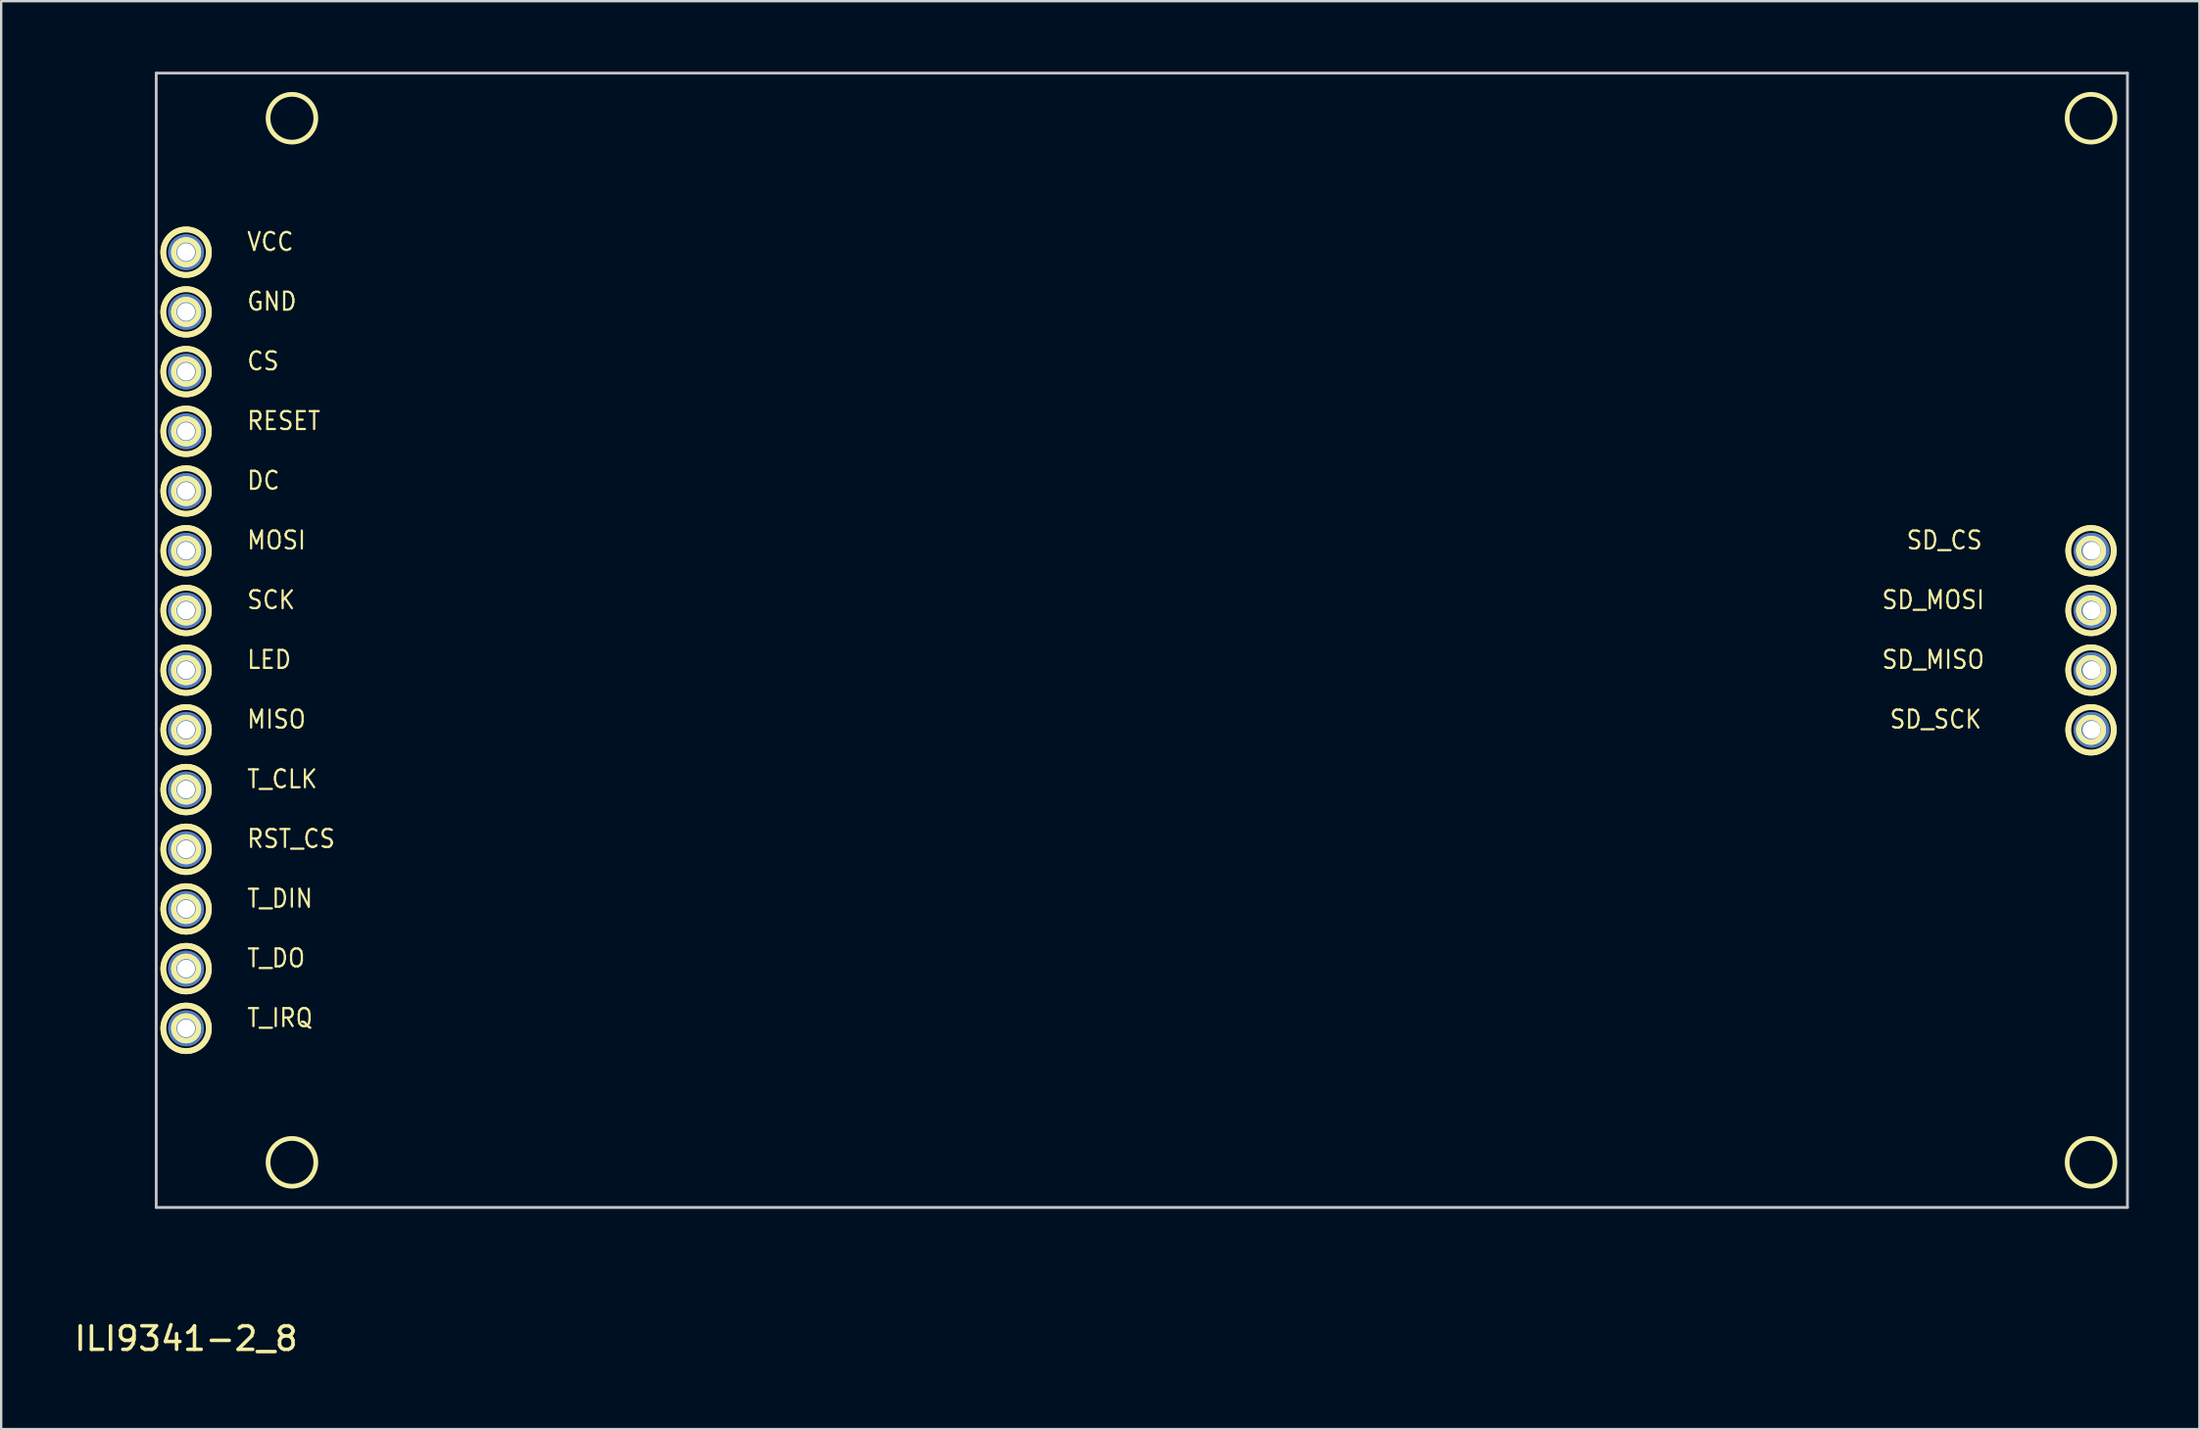
<source format=kicad_pcb>
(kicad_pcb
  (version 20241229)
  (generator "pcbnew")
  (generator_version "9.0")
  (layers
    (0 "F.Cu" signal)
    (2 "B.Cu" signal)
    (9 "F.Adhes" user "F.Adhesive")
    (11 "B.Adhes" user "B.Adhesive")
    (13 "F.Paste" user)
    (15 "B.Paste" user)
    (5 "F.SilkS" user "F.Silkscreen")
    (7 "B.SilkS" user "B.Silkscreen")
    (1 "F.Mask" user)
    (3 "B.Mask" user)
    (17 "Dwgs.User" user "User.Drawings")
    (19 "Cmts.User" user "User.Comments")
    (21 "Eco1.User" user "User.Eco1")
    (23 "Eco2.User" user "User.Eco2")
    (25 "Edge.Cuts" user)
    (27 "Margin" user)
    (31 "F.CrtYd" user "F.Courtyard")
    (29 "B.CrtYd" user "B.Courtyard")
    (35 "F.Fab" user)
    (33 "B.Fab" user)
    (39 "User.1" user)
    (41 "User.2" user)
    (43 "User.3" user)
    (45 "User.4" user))
  (footprint "ILI9341-2_8"
    (layer "F.Cu")
    (at 4.863 53.4)
    (property "Reference" "ILI9341-2_8" (at 0 0.5 0) (layer "F.SilkS") (effects (font (size 1 1) (thickness 0.15))))
    (attr through_hole)
    (fp_circle (center 0 -45.72) (end 0.51 -45.72) (stroke (width 0.2) (type solid)) (fill no) (layer "F.SilkS"))
    (fp_circle (center 0 -45.72) (end 0.538 -45.72) (stroke (width 0.2) (type solid)) (fill no) (layer "F.SilkS"))
    (fp_circle (center 0 -45.72) (end 0.538 -45.72) (stroke (width 0.2) (type solid)) (fill no) (layer "F.SilkS"))
    (fp_circle (center 0 -45.72) (end 0.94 -45.72) (stroke (width 0.2) (type solid)) (fill no) (layer "F.SilkS"))
    (fp_circle (center 0 -45.72) (end 0.991 -45.72) (stroke (width 0.2) (type solid)) (fill no) (layer "F.SilkS"))
    (fp_circle (center 0 -45.72) (end 0.991 -45.72) (stroke (width 0.2) (type solid)) (fill no) (layer "F.SilkS"))
    (fp_circle (center 0 -43.18) (end 0.51 -43.18) (stroke (width 0.2) (type solid)) (fill no) (layer "F.SilkS"))
    (fp_circle (center 0 -43.18) (end 0.538 -43.18) (stroke (width 0.2) (type solid)) (fill no) (layer "F.SilkS"))
    (fp_circle (center 0 -43.18) (end 0.538 -43.18) (stroke (width 0.2) (type solid)) (fill no) (layer "F.SilkS"))
    (fp_circle (center 0 -43.18) (end 0.94 -43.18) (stroke (width 0.2) (type solid)) (fill no) (layer "F.SilkS"))
    (fp_circle (center 0 -43.18) (end 0.991 -43.18) (stroke (width 0.2) (type solid)) (fill no) (layer "F.SilkS"))
    (fp_circle (center 0 -43.18) (end 0.991 -43.18) (stroke (width 0.2) (type solid)) (fill no) (layer "F.SilkS"))
    (fp_circle (center 0 -40.64) (end 0.51 -40.64) (stroke (width 0.2) (type solid)) (fill no) (layer "F.SilkS"))
    (fp_circle (center 0 -40.64) (end 0.538 -40.64) (stroke (width 0.2) (type solid)) (fill no) (layer "F.SilkS"))
    (fp_circle (center 0 -40.64) (end 0.538 -40.64) (stroke (width 0.2) (type solid)) (fill no) (layer "F.SilkS"))
    (fp_circle (center 0 -40.64) (end 0.94 -40.64) (stroke (width 0.2) (type solid)) (fill no) (layer "F.SilkS"))
    (fp_circle (center 0 -40.64) (end 0.991 -40.64) (stroke (width 0.2) (type solid)) (fill no) (layer "F.SilkS"))
    (fp_circle (center 0 -40.64) (end 0.991 -40.64) (stroke (width 0.2) (type solid)) (fill no) (layer "F.SilkS"))
    (fp_circle (center 0 -38.1) (end 0.51 -38.1) (stroke (width 0.2) (type solid)) (fill no) (layer "F.SilkS"))
    (fp_circle (center 0 -38.1) (end 0.538 -38.1) (stroke (width 0.2) (type solid)) (fill no) (layer "F.SilkS"))
    (fp_circle (center 0 -38.1) (end 0.538 -38.1) (stroke (width 0.2) (type solid)) (fill no) (layer "F.SilkS"))
    (fp_circle (center 0 -38.1) (end 0.94 -38.1) (stroke (width 0.2) (type solid)) (fill no) (layer "F.SilkS"))
    (fp_circle (center 0 -38.1) (end 0.991 -38.1) (stroke (width 0.2) (type solid)) (fill no) (layer "F.SilkS"))
    (fp_circle (center 0 -38.1) (end 0.991 -38.1) (stroke (width 0.2) (type solid)) (fill no) (layer "F.SilkS"))
    (fp_circle (center 0 -35.56) (end 0.51 -35.56) (stroke (width 0.2) (type solid)) (fill no) (layer "F.SilkS"))
    (fp_circle (center 0 -35.56) (end 0.538 -35.56) (stroke (width 0.2) (type solid)) (fill no) (layer "F.SilkS"))
    (fp_circle (center 0 -35.56) (end 0.538 -35.56) (stroke (width 0.2) (type solid)) (fill no) (layer "F.SilkS"))
    (fp_circle (center 0 -35.56) (end 0.94 -35.56) (stroke (width 0.2) (type solid)) (fill no) (layer "F.SilkS"))
    (fp_circle (center 0 -35.56) (end 0.991 -35.56) (stroke (width 0.2) (type solid)) (fill no) (layer "F.SilkS"))
    (fp_circle (center 0 -35.56) (end 0.991 -35.56) (stroke (width 0.2) (type solid)) (fill no) (layer "F.SilkS"))
    (fp_circle (center 0 -33.02) (end 0.51 -33.02) (stroke (width 0.2) (type solid)) (fill no) (layer "F.SilkS"))
    (fp_circle (center 0 -33.02) (end 0.538 -33.02) (stroke (width 0.2) (type solid)) (fill no) (layer "F.SilkS"))
    (fp_circle (center 0 -33.02) (end 0.538 -33.02) (stroke (width 0.2) (type solid)) (fill no) (layer "F.SilkS"))
    (fp_circle (center 0 -33.02) (end 0.94 -33.02) (stroke (width 0.2) (type solid)) (fill no) (layer "F.SilkS"))
    (fp_circle (center 0 -33.02) (end 0.991 -33.02) (stroke (width 0.2) (type solid)) (fill no) (layer "F.SilkS"))
    (fp_circle (center 0 -33.02) (end 0.991 -33.02) (stroke (width 0.2) (type solid)) (fill no) (layer "F.SilkS"))
    (fp_circle (center 0 -30.48) (end 0.51 -30.48) (stroke (width 0.2) (type solid)) (fill no) (layer "F.SilkS"))
    (fp_circle (center 0 -30.48) (end 0.538 -30.48) (stroke (width 0.2) (type solid)) (fill no) (layer "F.SilkS"))
    (fp_circle (center 0 -30.48) (end 0.538 -30.48) (stroke (width 0.2) (type solid)) (fill no) (layer "F.SilkS"))
    (fp_circle (center 0 -30.48) (end 0.94 -30.48) (stroke (width 0.2) (type solid)) (fill no) (layer "F.SilkS"))
    (fp_circle (center 0 -30.48) (end 0.991 -30.48) (stroke (width 0.2) (type solid)) (fill no) (layer "F.SilkS"))
    (fp_circle (center 0 -30.48) (end 0.991 -30.48) (stroke (width 0.2) (type solid)) (fill no) (layer "F.SilkS"))
    (fp_circle (center 0 -27.94) (end 0.51 -27.94) (stroke (width 0.2) (type solid)) (fill no) (layer "F.SilkS"))
    (fp_circle (center 0 -27.94) (end 0.538 -27.94) (stroke (width 0.2) (type solid)) (fill no) (layer "F.SilkS"))
    (fp_circle (center 0 -27.94) (end 0.538 -27.94) (stroke (width 0.2) (type solid)) (fill no) (layer "F.SilkS"))
    (fp_circle (center 0 -27.94) (end 0.94 -27.94) (stroke (width 0.2) (type solid)) (fill no) (layer "F.SilkS"))
    (fp_circle (center 0 -27.94) (end 0.991 -27.94) (stroke (width 0.2) (type solid)) (fill no) (layer "F.SilkS"))
    (fp_circle (center 0 -27.94) (end 0.991 -27.94) (stroke (width 0.2) (type solid)) (fill no) (layer "F.SilkS"))
    (fp_circle (center 0 -25.4) (end 0.51 -25.4) (stroke (width 0.2) (type solid)) (fill no) (layer "F.SilkS"))
    (fp_circle (center 0 -25.4) (end 0.538 -25.4) (stroke (width 0.2) (type solid)) (fill no) (layer "F.SilkS"))
    (fp_circle (center 0 -25.4) (end 0.538 -25.4) (stroke (width 0.2) (type solid)) (fill no) (layer "F.SilkS"))
    (fp_circle (center 0 -25.4) (end 0.94 -25.4) (stroke (width 0.2) (type solid)) (fill no) (layer "F.SilkS"))
    (fp_circle (center 0 -25.4) (end 0.991 -25.4) (stroke (width 0.2) (type solid)) (fill no) (layer "F.SilkS"))
    (fp_circle (center 0 -25.4) (end 0.991 -25.4) (stroke (width 0.2) (type solid)) (fill no) (layer "F.SilkS"))
    (fp_circle (center 0 -22.86) (end 0.51 -22.86) (stroke (width 0.2) (type solid)) (fill no) (layer "F.SilkS"))
    (fp_circle (center 0 -22.86) (end 0.538 -22.86) (stroke (width 0.2) (type solid)) (fill no) (layer "F.SilkS"))
    (fp_circle (center 0 -22.86) (end 0.538 -22.86) (stroke (width 0.2) (type solid)) (fill no) (layer "F.SilkS"))
    (fp_circle (center 0 -22.86) (end 0.94 -22.86) (stroke (width 0.2) (type solid)) (fill no) (layer "F.SilkS"))
    (fp_circle (center 0 -22.86) (end 0.991 -22.86) (stroke (width 0.2) (type solid)) (fill no) (layer "F.SilkS"))
    (fp_circle (center 0 -22.86) (end 0.991 -22.86) (stroke (width 0.2) (type solid)) (fill no) (layer "F.SilkS"))
    (fp_circle (center 0 -20.32) (end 0.51 -20.32) (stroke (width 0.2) (type solid)) (fill no) (layer "F.SilkS"))
    (fp_circle (center 0 -20.32) (end 0.538 -20.32) (stroke (width 0.2) (type solid)) (fill no) (layer "F.SilkS"))
    (fp_circle (center 0 -20.32) (end 0.538 -20.32) (stroke (width 0.2) (type solid)) (fill no) (layer "F.SilkS"))
    (fp_circle (center 0 -20.32) (end 0.94 -20.32) (stroke (width 0.2) (type solid)) (fill no) (layer "F.SilkS"))
    (fp_circle (center 0 -20.32) (end 0.991 -20.32) (stroke (width 0.2) (type solid)) (fill no) (layer "F.SilkS"))
    (fp_circle (center 0 -20.32) (end 0.991 -20.32) (stroke (width 0.2) (type solid)) (fill no) (layer "F.SilkS"))
    (fp_circle (center 0 -17.78) (end 0.51 -17.78) (stroke (width 0.2) (type solid)) (fill no) (layer "F.SilkS"))
    (fp_circle (center 0 -17.78) (end 0.538 -17.78) (stroke (width 0.2) (type solid)) (fill no) (layer "F.SilkS"))
    (fp_circle (center 0 -17.78) (end 0.538 -17.78) (stroke (width 0.2) (type solid)) (fill no) (layer "F.SilkS"))
    (fp_circle (center 0 -17.78) (end 0.94 -17.78) (stroke (width 0.2) (type solid)) (fill no) (layer "F.SilkS"))
    (fp_circle (center 0 -17.78) (end 0.991 -17.78) (stroke (width 0.2) (type solid)) (fill no) (layer "F.SilkS"))
    (fp_circle (center 0 -17.78) (end 0.991 -17.78) (stroke (width 0.2) (type solid)) (fill no) (layer "F.SilkS"))
    (fp_circle (center 0 -15.24) (end 0.51 -15.24) (stroke (width 0.2) (type solid)) (fill no) (layer "F.SilkS"))
    (fp_circle (center 0 -15.24) (end 0.538 -15.24) (stroke (width 0.2) (type solid)) (fill no) (layer "F.SilkS"))
    (fp_circle (center 0 -15.24) (end 0.538 -15.24) (stroke (width 0.2) (type solid)) (fill no) (layer "F.SilkS"))
    (fp_circle (center 0 -15.24) (end 0.94 -15.24) (stroke (width 0.2) (type solid)) (fill no) (layer "F.SilkS"))
    (fp_circle (center 0 -15.24) (end 0.991 -15.24) (stroke (width 0.2) (type solid)) (fill no) (layer "F.SilkS"))
    (fp_circle (center 0 -15.24) (end 0.991 -15.24) (stroke (width 0.2) (type solid)) (fill no) (layer "F.SilkS"))
    (fp_circle (center 0 -12.7) (end 0.51 -12.7) (stroke (width 0.2) (type solid)) (fill no) (layer "F.SilkS"))
    (fp_circle (center 0 -12.7) (end 0.538 -12.7) (stroke (width 0.2) (type solid)) (fill no) (layer "F.SilkS"))
    (fp_circle (center 0 -12.7) (end 0.538 -12.7) (stroke (width 0.2) (type solid)) (fill no) (layer "F.SilkS"))
    (fp_circle (center 0 -12.7) (end 0.94 -12.7) (stroke (width 0.2) (type solid)) (fill no) (layer "F.SilkS"))
    (fp_circle (center 0 -12.7) (end 0.991 -12.7) (stroke (width 0.2) (type solid)) (fill no) (layer "F.SilkS"))
    (fp_circle (center 0 -12.7) (end 0.991 -12.7) (stroke (width 0.2) (type solid)) (fill no) (layer "F.SilkS"))
    (fp_circle (center 4.501 -51.42) (end 5.517 -51.42) (stroke (width 0.2) (type solid)) (fill no) (layer "F.SilkS"))
    (fp_circle (center 4.501 -7) (end 5.517 -7) (stroke (width 0.2) (type solid)) (fill no) (layer "F.SilkS"))
    (fp_circle (center 81.001 -51.42) (end 82.017 -51.42) (stroke (width 0.2) (type solid)) (fill no) (layer "F.SilkS"))
    (fp_circle (center 81.001 -33.02) (end 81.511 -33.02) (stroke (width 0.2) (type solid)) (fill no) (layer "F.SilkS"))
    (fp_circle (center 81.001 -33.02) (end 81.538 -33.02) (stroke (width 0.2) (type solid)) (fill no) (layer "F.SilkS"))
    (fp_circle (center 81.001 -33.02) (end 81.538 -33.02) (stroke (width 0.2) (type solid)) (fill no) (layer "F.SilkS"))
    (fp_circle (center 81.001 -33.02) (end 81.941 -33.02) (stroke (width 0.2) (type solid)) (fill no) (layer "F.SilkS"))
    (fp_circle (center 81.001 -33.02) (end 81.991 -33.02) (stroke (width 0.2) (type solid)) (fill no) (layer "F.SilkS"))
    (fp_circle (center 81.001 -33.02) (end 81.991 -33.02) (stroke (width 0.2) (type solid)) (fill no) (layer "F.SilkS"))
    (fp_circle (center 81.001 -30.48) (end 81.511 -30.48) (stroke (width 0.2) (type solid)) (fill no) (layer "F.SilkS"))
    (fp_circle (center 81.001 -30.48) (end 81.538 -30.48) (stroke (width 0.2) (type solid)) (fill no) (layer "F.SilkS"))
    (fp_circle (center 81.001 -30.48) (end 81.538 -30.48) (stroke (width 0.2) (type solid)) (fill no) (layer "F.SilkS"))
    (fp_circle (center 81.001 -30.48) (end 81.941 -30.48) (stroke (width 0.2) (type solid)) (fill no) (layer "F.SilkS"))
    (fp_circle (center 81.001 -30.48) (end 81.991 -30.48) (stroke (width 0.2) (type solid)) (fill no) (layer "F.SilkS"))
    (fp_circle (center 81.001 -30.48) (end 81.991 -30.48) (stroke (width 0.2) (type solid)) (fill no) (layer "F.SilkS"))
    (fp_circle (center 81.001 -27.94) (end 81.511 -27.94) (stroke (width 0.2) (type solid)) (fill no) (layer "F.SilkS"))
    (fp_circle (center 81.001 -27.94) (end 81.538 -27.94) (stroke (width 0.2) (type solid)) (fill no) (layer "F.SilkS"))
    (fp_circle (center 81.001 -27.94) (end 81.538 -27.94) (stroke (width 0.2) (type solid)) (fill no) (layer "F.SilkS"))
    (fp_circle (center 81.001 -27.94) (end 81.941 -27.94) (stroke (width 0.2) (type solid)) (fill no) (layer "F.SilkS"))
    (fp_circle (center 81.001 -27.94) (end 81.991 -27.94) (stroke (width 0.2) (type solid)) (fill no) (layer "F.SilkS"))
    (fp_circle (center 81.001 -27.94) (end 81.991 -27.94) (stroke (width 0.2) (type solid)) (fill no) (layer "F.SilkS"))
    (fp_circle (center 81.001 -25.4) (end 81.511 -25.4) (stroke (width 0.2) (type solid)) (fill no) (layer "F.SilkS"))
    (fp_circle (center 81.001 -25.4) (end 81.538 -25.4) (stroke (width 0.2) (type solid)) (fill no) (layer "F.SilkS"))
    (fp_circle (center 81.001 -25.4) (end 81.538 -25.4) (stroke (width 0.2) (type solid)) (fill no) (layer "F.SilkS"))
    (fp_circle (center 81.001 -25.4) (end 81.941 -25.4) (stroke (width 0.2) (type solid)) (fill no) (layer "F.SilkS"))
    (fp_circle (center 81.001 -25.4) (end 81.991 -25.4) (stroke (width 0.2) (type solid)) (fill no) (layer "F.SilkS"))
    (fp_circle (center 81.001 -25.4) (end 81.991 -25.4) (stroke (width 0.2) (type solid)) (fill no) (layer "F.SilkS"))
    (fp_circle (center 81.001 -7) (end 82.017 -7) (stroke (width 0.2) (type solid)) (fill no) (layer "F.SilkS"))
    (fp_line (start -1.27 -53.34) (end -1.27 -5.08) (stroke (width 0.12) (type solid)) (layer "Dwgs.User"))
    (fp_line (start -1.27 -5.08) (end 82.55 -5.08) (stroke (width 0.12) (type solid)) (layer "Dwgs.User"))
    (fp_line (start 82.55 -53.34) (end -1.27 -53.34) (stroke (width 0.12) (type solid)) (layer "Dwgs.User"))
    (fp_line (start 82.55 -5.08) (end 82.55 -53.34) (stroke (width 0.12) (type solid)) (layer "Dwgs.User"))
    (fp_text user "SD_MISO" (at 72.057 -27.94 0) (layer "F.SilkS") (effects (font (size 0.762 0.686) (thickness 0.095)) (justify left bottom)))
    (fp_text user "T_DIN" (at 2.54 -17.78 0) (layer "F.SilkS") (effects (font (size 0.762 0.686) (thickness 0.095)) (justify left bottom)))
    (fp_text user "MISO" (at 2.54 -25.4 0) (layer "F.SilkS") (effects (font (size 0.762 0.686) (thickness 0.095)) (justify left bottom)))
    (fp_text user "RESET" (at 2.54 -38.1 0) (layer "F.SilkS") (effects (font (size 0.762 0.686) (thickness 0.095)) (justify left bottom)))
    (fp_text user "SD_SCK" (at 72.39 -25.4 0) (layer "F.SilkS") (effects (font (size 0.762 0.686) (thickness 0.095)) (justify left bottom)))
    (fp_text user "DC" (at 2.54 -35.56 0) (layer "F.SilkS") (effects (font (size 0.762 0.686) (thickness 0.095)) (justify left bottom)))
    (fp_text user "T_IRQ" (at 2.54 -12.7 0) (layer "F.SilkS") (effects (font (size 0.762 0.686) (thickness 0.095)) (justify left bottom)))
    (fp_text user "CS" (at 2.54 -40.64 0) (layer "F.SilkS") (effects (font (size 0.762 0.686) (thickness 0.095)) (justify left bottom)))
    (fp_text user "VCC" (at 2.54 -45.72 0) (layer "F.SilkS") (effects (font (size 0.762 0.686) (thickness 0.095)) (justify left bottom)))
    (fp_text user "SD_CS" (at 73.104 -33.02 0) (layer "F.SilkS") (effects (font (size 0.762 0.686) (thickness 0.095)) (justify left bottom)))
    (fp_text user "MOSI" (at 2.54 -33.02 0) (layer "F.SilkS") (effects (font (size 0.762 0.686) (thickness 0.095)) (justify left bottom)))
    (fp_text user "RST_CS" (at 2.54 -20.32 0) (layer "F.SilkS") (effects (font (size 0.762 0.686) (thickness 0.095)) (justify left bottom)))
    (fp_text user "T_DO" (at 2.54 -15.24 0) (layer "F.SilkS") (effects (font (size 0.762 0.686) (thickness 0.095)) (justify left bottom)))
    (fp_text user "T_CLK" (at 2.54 -22.86 0) (layer "F.SilkS") (effects (font (size 0.762 0.686) (thickness 0.095)) (justify left bottom)))
    (fp_text user "GND" (at 2.54 -43.18 0) (layer "F.SilkS") (effects (font (size 0.762 0.686) (thickness 0.095)) (justify left bottom)))
    (fp_text user "LED" (at 2.54 -27.94 0) (layer "F.SilkS") (effects (font (size 0.762 0.686) (thickness 0.095)) (justify left bottom)))
    (fp_text user "SCK" (at 2.54 -30.48 0) (layer "F.SilkS") (effects (font (size 0.762 0.686) (thickness 0.095)) (justify left bottom)))
    (fp_text user "SD_MOSI" (at 72.057 -30.48 0) (layer "F.SilkS") (effects (font (size 0.762 0.686) (thickness 0.095)) (justify left bottom)))
    (pad "1" thru_hole circle (at 0 -45.72) (size 1.524 1.524) (drill 0.762) (layers "*.Cu" "*.Mask"))
    (pad "2" thru_hole circle (at 0 -43.18) (size 1.524 1.524) (drill 0.762) (layers "*.Cu" "*.Mask"))
    (pad "3" thru_hole circle (at 0 -40.64) (size 1.524 1.524) (drill 0.762) (layers "*.Cu" "*.Mask"))
    (pad "4" thru_hole circle (at 0 -38.1) (size 1.524 1.524) (drill 0.762) (layers "*.Cu" "*.Mask"))
    (pad "5" thru_hole circle (at 0 -35.56) (size 1.524 1.524) (drill 0.762) (layers "*.Cu" "*.Mask"))
    (pad "6" thru_hole circle (at 0 -33.02) (size 1.524 1.524) (drill 0.762) (layers "*.Cu" "*.Mask"))
    (pad "7" thru_hole circle (at 0 -30.48) (size 1.524 1.524) (drill 0.762) (layers "*.Cu" "*.Mask"))
    (pad "8" thru_hole circle (at 0 -27.94) (size 1.524 1.524) (drill 0.762) (layers "*.Cu" "*.Mask"))
    (pad "9" thru_hole circle (at 0 -25.4) (size 1.524 1.524) (drill 0.762) (layers "*.Cu" "*.Mask"))
    (pad "10" thru_hole circle (at 0 -22.86) (size 1.524 1.524) (drill 0.762) (layers "*.Cu" "*.Mask"))
    (pad "11" thru_hole circle (at 0 -20.32) (size 1.524 1.524) (drill 0.762) (layers "*.Cu" "*.Mask"))
    (pad "12" thru_hole circle (at 0 -17.78) (size 1.524 1.524) (drill 0.762) (layers "*.Cu" "*.Mask"))
    (pad "13" thru_hole circle (at 0 -15.24) (size 1.524 1.524) (drill 0.762) (layers "*.Cu" "*.Mask"))
    (pad "14" thru_hole circle (at 0 -12.7) (size 1.524 1.524) (drill 0.762) (layers "*.Cu" "*.Mask"))
    (pad "15" thru_hole circle (at 81.026 -33.02) (size 1.524 1.524) (drill 0.762) (layers "*.Cu" "*.Mask"))
    (pad "16" thru_hole circle (at 81.026 -30.48) (size 1.524 1.524) (drill 0.762) (layers "*.Cu" "*.Mask"))
    (pad "17" thru_hole circle (at 81.026 -27.94) (size 1.524 1.524) (drill 0.762) (layers "*.Cu" "*.Mask"))
    (pad "18" thru_hole circle (at 81.026 -25.4) (size 1.524 1.524) (drill 0.762) (layers "*.Cu" "*.Mask")))
  (gr_rect
    (start -3 -3)
    (end 90.473 57.748)
    (stroke (width 0.1) (type default))
    (fill no)
    (layer "Edge.Cuts")))
</source>
